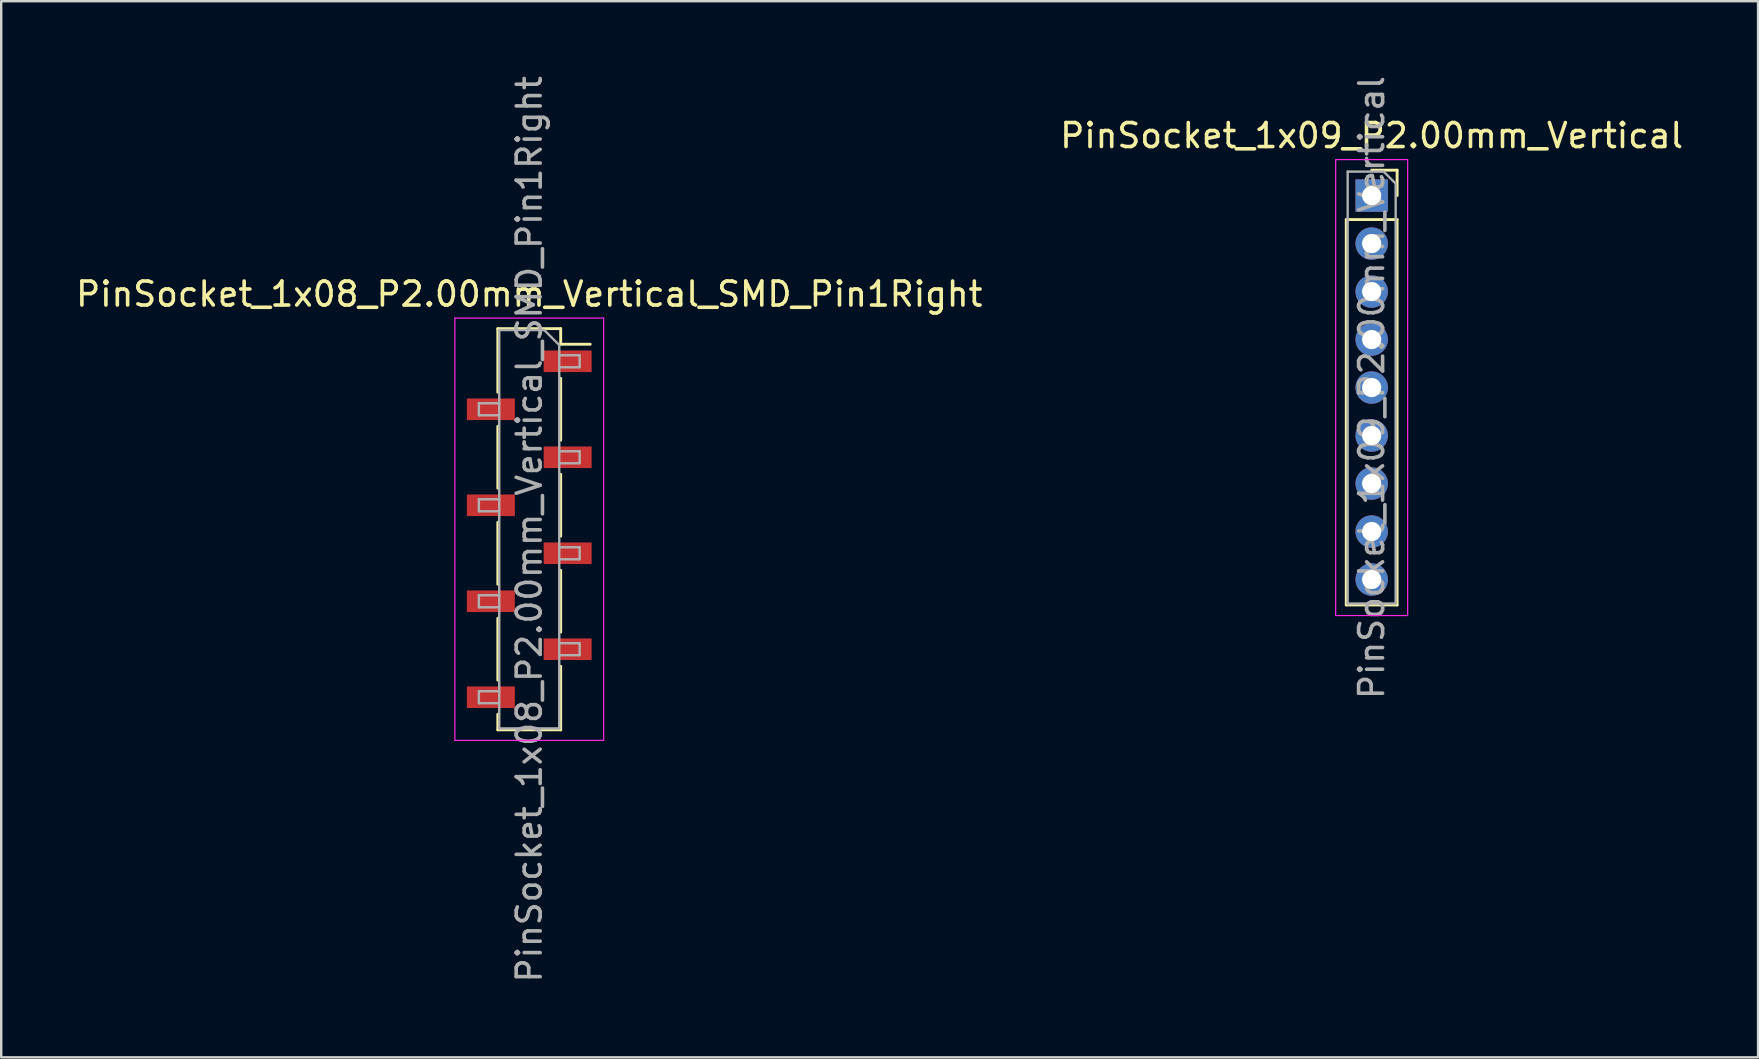
<source format=kicad_pcb>
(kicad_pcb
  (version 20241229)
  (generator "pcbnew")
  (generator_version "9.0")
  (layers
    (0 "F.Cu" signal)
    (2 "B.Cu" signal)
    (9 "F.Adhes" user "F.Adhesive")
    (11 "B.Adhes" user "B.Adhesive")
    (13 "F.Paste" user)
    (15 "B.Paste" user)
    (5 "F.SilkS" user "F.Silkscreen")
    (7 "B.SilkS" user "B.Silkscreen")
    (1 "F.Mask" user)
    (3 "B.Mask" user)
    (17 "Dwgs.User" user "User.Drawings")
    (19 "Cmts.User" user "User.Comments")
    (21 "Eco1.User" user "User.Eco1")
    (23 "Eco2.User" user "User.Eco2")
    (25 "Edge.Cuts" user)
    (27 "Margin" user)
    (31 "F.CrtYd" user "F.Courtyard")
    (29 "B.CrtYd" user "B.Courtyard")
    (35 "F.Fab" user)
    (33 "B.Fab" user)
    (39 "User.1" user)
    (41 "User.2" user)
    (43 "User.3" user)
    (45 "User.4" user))
  (footprint "PinSocket_1x08_P2.00mm_Vertical_SMD_Pin1Right"
    (layer "F.Cu")
    (at 19.006 19.006)
    (property "Reference" "PinSocket_1x08_P2.00mm_Vertical_SMD_Pin1Right" (at 0 -9.8 0) (layer "F.SilkS") (effects (font (size 1 1) (thickness 0.15))))
    (attr smd)
    (fp_line (start -1.31 -8.36) (end -1.31 -5.71) (stroke (width 0.12) (type solid)) (layer "F.SilkS"))
    (fp_line (start -1.31 -8.36) (end 1.31 -8.36) (stroke (width 0.12) (type solid)) (layer "F.SilkS"))
    (fp_line (start -1.31 -4.29) (end -1.31 -1.71) (stroke (width 0.12) (type solid)) (layer "F.SilkS"))
    (fp_line (start -1.31 -0.29) (end -1.31 2.29) (stroke (width 0.12) (type solid)) (layer "F.SilkS"))
    (fp_line (start -1.31 3.71) (end -1.31 6.29) (stroke (width 0.12) (type solid)) (layer "F.SilkS"))
    (fp_line (start -1.31 7.71) (end -1.31 8.36) (stroke (width 0.12) (type solid)) (layer "F.SilkS"))
    (fp_line (start -1.31 8.36) (end 1.31 8.36) (stroke (width 0.12) (type solid)) (layer "F.SilkS"))
    (fp_line (start 1.31 -8.36) (end 1.31 -7.71) (stroke (width 0.12) (type solid)) (layer "F.SilkS"))
    (fp_line (start 1.31 -7.71) (end 2.54 -7.71) (stroke (width 0.12) (type solid)) (layer "F.SilkS"))
    (fp_line (start 1.31 -6.29) (end 1.31 -3.71) (stroke (width 0.12) (type solid)) (layer "F.SilkS"))
    (fp_line (start 1.31 -2.29) (end 1.31 0.29) (stroke (width 0.12) (type solid)) (layer "F.SilkS"))
    (fp_line (start 1.31 1.71) (end 1.31 4.29) (stroke (width 0.12) (type solid)) (layer "F.SilkS"))
    (fp_line (start 1.31 5.71) (end 1.31 8.36) (stroke (width 0.12) (type solid)) (layer "F.SilkS"))
    (fp_line (start -3.1 -8.8) (end 3.1 -8.8) (stroke (width 0.05) (type solid)) (layer "F.CrtYd"))
    (fp_line (start -3.1 8.8) (end -3.1 -8.8) (stroke (width 0.05) (type solid)) (layer "F.CrtYd"))
    (fp_line (start 3.1 -8.8) (end 3.1 8.8) (stroke (width 0.05) (type solid)) (layer "F.CrtYd"))
    (fp_line (start 3.1 8.8) (end -3.1 8.8) (stroke (width 0.05) (type solid)) (layer "F.CrtYd"))
    (fp_line (start -2.1 -5.25) (end -1.25 -5.25) (stroke (width 0.1) (type solid)) (layer "F.Fab"))
    (fp_line (start -2.1 -4.75) (end -2.1 -5.25) (stroke (width 0.1) (type solid)) (layer "F.Fab"))
    (fp_line (start -2.1 -1.25) (end -1.25 -1.25) (stroke (width 0.1) (type solid)) (layer "F.Fab"))
    (fp_line (start -2.1 -0.75) (end -2.1 -1.25) (stroke (width 0.1) (type solid)) (layer "F.Fab"))
    (fp_line (start -2.1 2.75) (end -1.25 2.75) (stroke (width 0.1) (type solid)) (layer "F.Fab"))
    (fp_line (start -2.1 3.25) (end -2.1 2.75) (stroke (width 0.1) (type solid)) (layer "F.Fab"))
    (fp_line (start -2.1 6.75) (end -1.25 6.75) (stroke (width 0.1) (type solid)) (layer "F.Fab"))
    (fp_line (start -2.1 7.25) (end -2.1 6.75) (stroke (width 0.1) (type solid)) (layer "F.Fab"))
    (fp_line (start -1.25 -8.3) (end 0.625 -8.3) (stroke (width 0.1) (type solid)) (layer "F.Fab"))
    (fp_line (start -1.25 -4.75) (end -2.1 -4.75) (stroke (width 0.1) (type solid)) (layer "F.Fab"))
    (fp_line (start -1.25 -0.75) (end -2.1 -0.75) (stroke (width 0.1) (type solid)) (layer "F.Fab"))
    (fp_line (start -1.25 3.25) (end -2.1 3.25) (stroke (width 0.1) (type solid)) (layer "F.Fab"))
    (fp_line (start -1.25 7.25) (end -2.1 7.25) (stroke (width 0.1) (type solid)) (layer "F.Fab"))
    (fp_line (start -1.25 8.3) (end -1.25 -8.3) (stroke (width 0.1) (type solid)) (layer "F.Fab"))
    (fp_line (start 0.625 -8.3) (end 1.25 -7.675) (stroke (width 0.1) (type solid)) (layer "F.Fab"))
    (fp_line (start 1.25 -7.675) (end 1.25 8.3) (stroke (width 0.1) (type solid)) (layer "F.Fab"))
    (fp_line (start 1.25 -7.25) (end 2.1 -7.25) (stroke (width 0.1) (type solid)) (layer "F.Fab"))
    (fp_line (start 1.25 -3.25) (end 2.1 -3.25) (stroke (width 0.1) (type solid)) (layer "F.Fab"))
    (fp_line (start 1.25 0.75) (end 2.1 0.75) (stroke (width 0.1) (type solid)) (layer "F.Fab"))
    (fp_line (start 1.25 4.75) (end 2.1 4.75) (stroke (width 0.1) (type solid)) (layer "F.Fab"))
    (fp_line (start 1.25 8.3) (end -1.25 8.3) (stroke (width 0.1) (type solid)) (layer "F.Fab"))
    (fp_line (start 2.1 -7.25) (end 2.1 -6.75) (stroke (width 0.1) (type solid)) (layer "F.Fab"))
    (fp_line (start 2.1 -6.75) (end 1.25 -6.75) (stroke (width 0.1) (type solid)) (layer "F.Fab"))
    (fp_line (start 2.1 -3.25) (end 2.1 -2.75) (stroke (width 0.1) (type solid)) (layer "F.Fab"))
    (fp_line (start 2.1 -2.75) (end 1.25 -2.75) (stroke (width 0.1) (type solid)) (layer "F.Fab"))
    (fp_line (start 2.1 0.75) (end 2.1 1.25) (stroke (width 0.1) (type solid)) (layer "F.Fab"))
    (fp_line (start 2.1 1.25) (end 1.25 1.25) (stroke (width 0.1) (type solid)) (layer "F.Fab"))
    (fp_line (start 2.1 4.75) (end 2.1 5.25) (stroke (width 0.1) (type solid)) (layer "F.Fab"))
    (fp_line (start 2.1 5.25) (end 1.25 5.25) (stroke (width 0.1) (type solid)) (layer "F.Fab"))
    (fp_text user "${REFERENCE}" (at 0 0 90) (layer "F.Fab") (effects (font (size 1 1) (thickness 0.15))))
    (pad "1" smd rect (at 1.6 -7) (size 2 0.9) (layers "F.Cu" "F.Mask" "F.Paste"))
    (pad "2" smd rect (at -1.6 -5) (size 2 0.9) (layers "F.Cu" "F.Mask" "F.Paste"))
    (pad "3" smd rect (at 1.6 -3) (size 2 0.9) (layers "F.Cu" "F.Mask" "F.Paste"))
    (pad "4" smd rect (at -1.6 -1) (size 2 0.9) (layers "F.Cu" "F.Mask" "F.Paste"))
    (pad "5" smd rect (at 1.6 1) (size 2 0.9) (layers "F.Cu" "F.Mask" "F.Paste"))
    (pad "6" smd rect (at -1.6 3) (size 2 0.9) (layers "F.Cu" "F.Mask" "F.Paste"))
    (pad "7" smd rect (at 1.6 5) (size 2 0.9) (layers "F.Cu" "F.Mask" "F.Paste"))
    (pad "8" smd rect (at -1.6 7) (size 2 0.9) (layers "F.Cu" "F.Mask" "F.Paste")))
  (footprint "PinSocket_1x09_P2.00mm_Vertical"
    (layer "F.Cu")
    (at 54.113 5.101)
    (property "Reference" "PinSocket_1x09_P2.00mm_Vertical" (at 0 -2.5 0) (layer "F.SilkS") (effects (font (size 1 1) (thickness 0.15))))
    (attr through_hole)
    (fp_line (start -1.06 1) (end -1.06 17.06) (stroke (width 0.12) (type solid)) (layer "F.SilkS"))
    (fp_line (start -1.06 1) (end 1.06 1) (stroke (width 0.12) (type solid)) (layer "F.SilkS"))
    (fp_line (start -1.06 17.06) (end 1.06 17.06) (stroke (width 0.12) (type solid)) (layer "F.SilkS"))
    (fp_line (start 0 -1.06) (end 1.06 -1.06) (stroke (width 0.12) (type solid)) (layer "F.SilkS"))
    (fp_line (start 1.06 -1.06) (end 1.06 0) (stroke (width 0.12) (type solid)) (layer "F.SilkS"))
    (fp_line (start 1.06 1) (end 1.06 17.06) (stroke (width 0.12) (type solid)) (layer "F.SilkS"))
    (fp_line (start -1.5 -1.5) (end 1.5 -1.5) (stroke (width 0.05) (type solid)) (layer "F.CrtYd"))
    (fp_line (start -1.5 17.5) (end -1.5 -1.5) (stroke (width 0.05) (type solid)) (layer "F.CrtYd"))
    (fp_line (start 1.5 -1.5) (end 1.5 17.5) (stroke (width 0.05) (type solid)) (layer "F.CrtYd"))
    (fp_line (start 1.5 17.5) (end -1.5 17.5) (stroke (width 0.05) (type solid)) (layer "F.CrtYd"))
    (fp_line (start -1 -1) (end 0.5 -1) (stroke (width 0.1) (type solid)) (layer "F.Fab"))
    (fp_line (start -1 17) (end -1 -1) (stroke (width 0.1) (type solid)) (layer "F.Fab"))
    (fp_line (start 0.5 -1) (end 1 -0.5) (stroke (width 0.1) (type solid)) (layer "F.Fab"))
    (fp_line (start 1 -0.5) (end 1 17) (stroke (width 0.1) (type solid)) (layer "F.Fab"))
    (fp_line (start 1 17) (end -1 17) (stroke (width 0.1) (type solid)) (layer "F.Fab"))
    (fp_text user "${REFERENCE}" (at 0 8 90) (layer "F.Fab") (effects (font (size 1 1) (thickness 0.15))))
    (pad "1" thru_hole rect (at 0 0) (size 1.35 1.35) (drill 0.8) (layers "*.Cu" "*.Mask"))
    (pad "2" thru_hole oval (at 0 2) (size 1.35 1.35) (drill 0.8) (layers "*.Cu" "*.Mask"))
    (pad "3" thru_hole oval (at 0 4) (size 1.35 1.35) (drill 0.8) (layers "*.Cu" "*.Mask"))
    (pad "4" thru_hole oval (at 0 6) (size 1.35 1.35) (drill 0.8) (layers "*.Cu" "*.Mask"))
    (pad "5" thru_hole oval (at 0 8) (size 1.35 1.35) (drill 0.8) (layers "*.Cu" "*.Mask"))
    (pad "6" thru_hole oval (at 0 10) (size 1.35 1.35) (drill 0.8) (layers "*.Cu" "*.Mask"))
    (pad "7" thru_hole oval (at 0 12) (size 1.35 1.35) (drill 0.8) (layers "*.Cu" "*.Mask"))
    (pad "8" thru_hole oval (at 0 14) (size 1.35 1.35) (drill 0.8) (layers "*.Cu" "*.Mask"))
    (pad "9" thru_hole oval (at 0 16) (size 1.35 1.35) (drill 0.8) (layers "*.Cu" "*.Mask")))
  (gr_rect
    (start -3 -3)
    (end 70.214 41.012)
    (stroke (width 0.1) (type default))
    (fill no)
    (layer "Edge.Cuts")))
</source>
